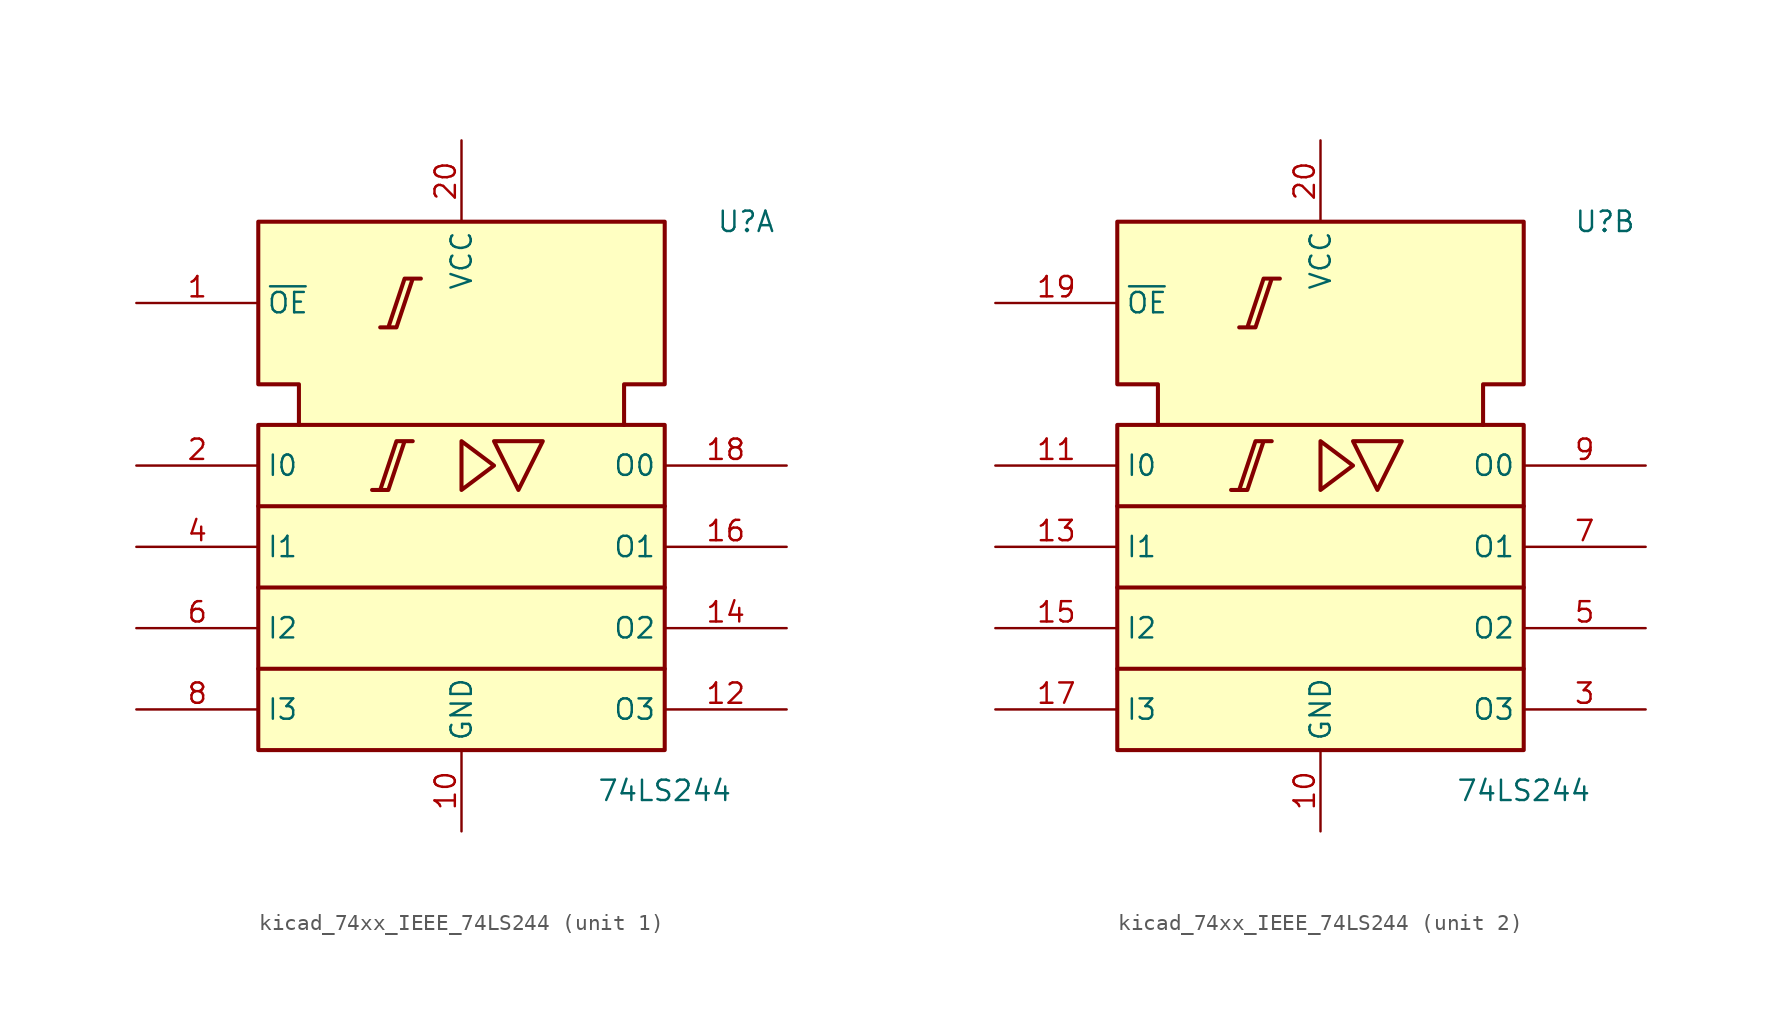
<source format=kicad_sym>
(kicad_symbol_lib
  (version 20220914)
  (generator kicad_symbol_editor)
  (symbol "kicad_74xx_IEEE_74LS244"
    (property "Reference" "U"
      (at 17.78 20.32 0)
      (effects (font (size 1.27 1.27))))
    (property "Value" "74LS244"
      (at 12.7 -15.24 0)
      (effects (font (size 1.27 1.27))))
    (symbol "kicad_74xx_IEEE_74LS244_0_0"
      (polyline (pts (xy 2.032 6.604) (xy 5.08 6.604) (xy 3.556 3.556) (xy 2.032 6.604) (xy 2.032 6.604)) (stroke (width 0.254) (type default)) (fill (type background)))
      (pin power_in line (at 0 -17.78 90) (length 5.08) (name "GND" (effects (font (size 1.27 1.27)))) (number "10" (effects (font (size 1.27 1.27)))))
      (pin power_in line (at 0 25.4 270) (length 5.08) (name "VCC" (effects (font (size 1.27 1.27)))) (number "20" (effects (font (size 1.27 1.27))))))
    (symbol "kicad_74xx_IEEE_74LS244_0_1"
      (rectangle (start -12.7 7.62) (end 12.7 -12.7) (stroke (width 0.254) (type default)) (fill (type background)))
      (polyline (pts (xy -12.7 -2.54) (xy 12.7 -2.54) (xy 12.7 -2.54)) (stroke (width 0.254) (type default)) (fill (type background)))
      (polyline (pts (xy 12.7 -7.62) (xy -12.7 -7.62) (xy -12.7 -7.62)) (stroke (width 0.254) (type default)) (fill (type background)))
      (polyline (pts (xy 12.7 2.54) (xy -12.7 2.54) (xy -12.7 2.54)) (stroke (width 0.254) (type default)) (fill (type background)))
      (polyline (pts (xy 0 6.604) (xy 0 3.556) (xy 2.032 5.08) (xy 0 6.604) (xy 0 6.604)) (stroke (width 0.254) (type default)) (fill (type background)))
      (polyline (pts (xy -5.588 3.556) (xy -4.572 3.556) (xy -3.556 6.604) (xy -3.048 6.604) (xy -4.064 6.604) (xy -5.08 3.556) (xy -5.08 3.556)) (stroke (width 0.254) (type default)) (fill (type background)))
      (polyline (pts (xy -5.08 13.716) (xy -4.064 13.716) (xy -3.048 16.764) (xy -2.54 16.764) (xy -3.556 16.764) (xy -4.572 13.716) (xy -4.572 13.716)) (stroke (width 0.254) (type default)) (fill (type background)))
      (polyline (pts (xy -10.16 7.62) (xy -10.16 10.16) (xy -12.7 10.16) (xy -12.7 20.32) (xy 12.7 20.32) (xy 12.7 10.16) (xy 10.16 10.16) (xy 10.16 7.62) (xy 10.16 7.62)) (stroke (width 0.254) (type default)) (fill (type background))))
    (symbol "kicad_74xx_IEEE_74LS244_1_1"
      (pin input line (at -20.32 15.24 0) (length 7.62) (name "~{OE}" (effects (font (size 1.27 1.27)))) (number "1" (effects (font (size 1.27 1.27)))))
      (pin tri_state line (at 20.32 -10.16 180) (length 7.62) (name "O3" (effects (font (size 1.27 1.27)))) (number "12" (effects (font (size 1.27 1.27)))))
      (pin tri_state line (at 20.32 -5.08 180) (length 7.62) (name "O2" (effects (font (size 1.27 1.27)))) (number "14" (effects (font (size 1.27 1.27)))))
      (pin tri_state line (at 20.32 0 180) (length 7.62) (name "O1" (effects (font (size 1.27 1.27)))) (number "16" (effects (font (size 1.27 1.27)))))
      (pin tri_state line (at 20.32 5.08 180) (length 7.62) (name "O0" (effects (font (size 1.27 1.27)))) (number "18" (effects (font (size 1.27 1.27)))))
      (pin input line (at -20.32 5.08 0) (length 7.62) (name "I0" (effects (font (size 1.27 1.27)))) (number "2" (effects (font (size 1.27 1.27)))))
      (pin input line (at -20.32 0 0) (length 7.62) (name "I1" (effects (font (size 1.27 1.27)))) (number "4" (effects (font (size 1.27 1.27)))))
      (pin input line (at -20.32 -5.08 0) (length 7.62) (name "I2" (effects (font (size 1.27 1.27)))) (number "6" (effects (font (size 1.27 1.27)))))
      (pin input line (at -20.32 -10.16 0) (length 7.62) (name "I3" (effects (font (size 1.27 1.27)))) (number "8" (effects (font (size 1.27 1.27))))))
    (symbol "kicad_74xx_IEEE_74LS244_2_1"
      (pin input line (at -20.32 5.08 0) (length 7.62) (name "I0" (effects (font (size 1.27 1.27)))) (number "11" (effects (font (size 1.27 1.27)))))
      (pin input line (at -20.32 0 0) (length 7.62) (name "I1" (effects (font (size 1.27 1.27)))) (number "13" (effects (font (size 1.27 1.27)))))
      (pin input line (at -20.32 -5.08 0) (length 7.62) (name "I2" (effects (font (size 1.27 1.27)))) (number "15" (effects (font (size 1.27 1.27)))))
      (pin input line (at -20.32 -10.16 0) (length 7.62) (name "I3" (effects (font (size 1.27 1.27)))) (number "17" (effects (font (size 1.27 1.27)))))
      (pin input line (at -20.32 15.24 0) (length 7.62) (name "~{OE}" (effects (font (size 1.27 1.27)))) (number "19" (effects (font (size 1.27 1.27)))))
      (pin tri_state line (at 20.32 -10.16 180) (length 7.62) (name "O3" (effects (font (size 1.27 1.27)))) (number "3" (effects (font (size 1.27 1.27)))))
      (pin tri_state line (at 20.32 -5.08 180) (length 7.62) (name "O2" (effects (font (size 1.27 1.27)))) (number "5" (effects (font (size 1.27 1.27)))))
      (pin tri_state line (at 20.32 0 180) (length 7.62) (name "O1" (effects (font (size 1.27 1.27)))) (number "7" (effects (font (size 1.27 1.27)))))
      (pin tri_state line (at 20.32 5.08 180) (length 7.62) (name "O0" (effects (font (size 1.27 1.27)))) (number "9" (effects (font (size 1.27 1.27))))))))
</source>
